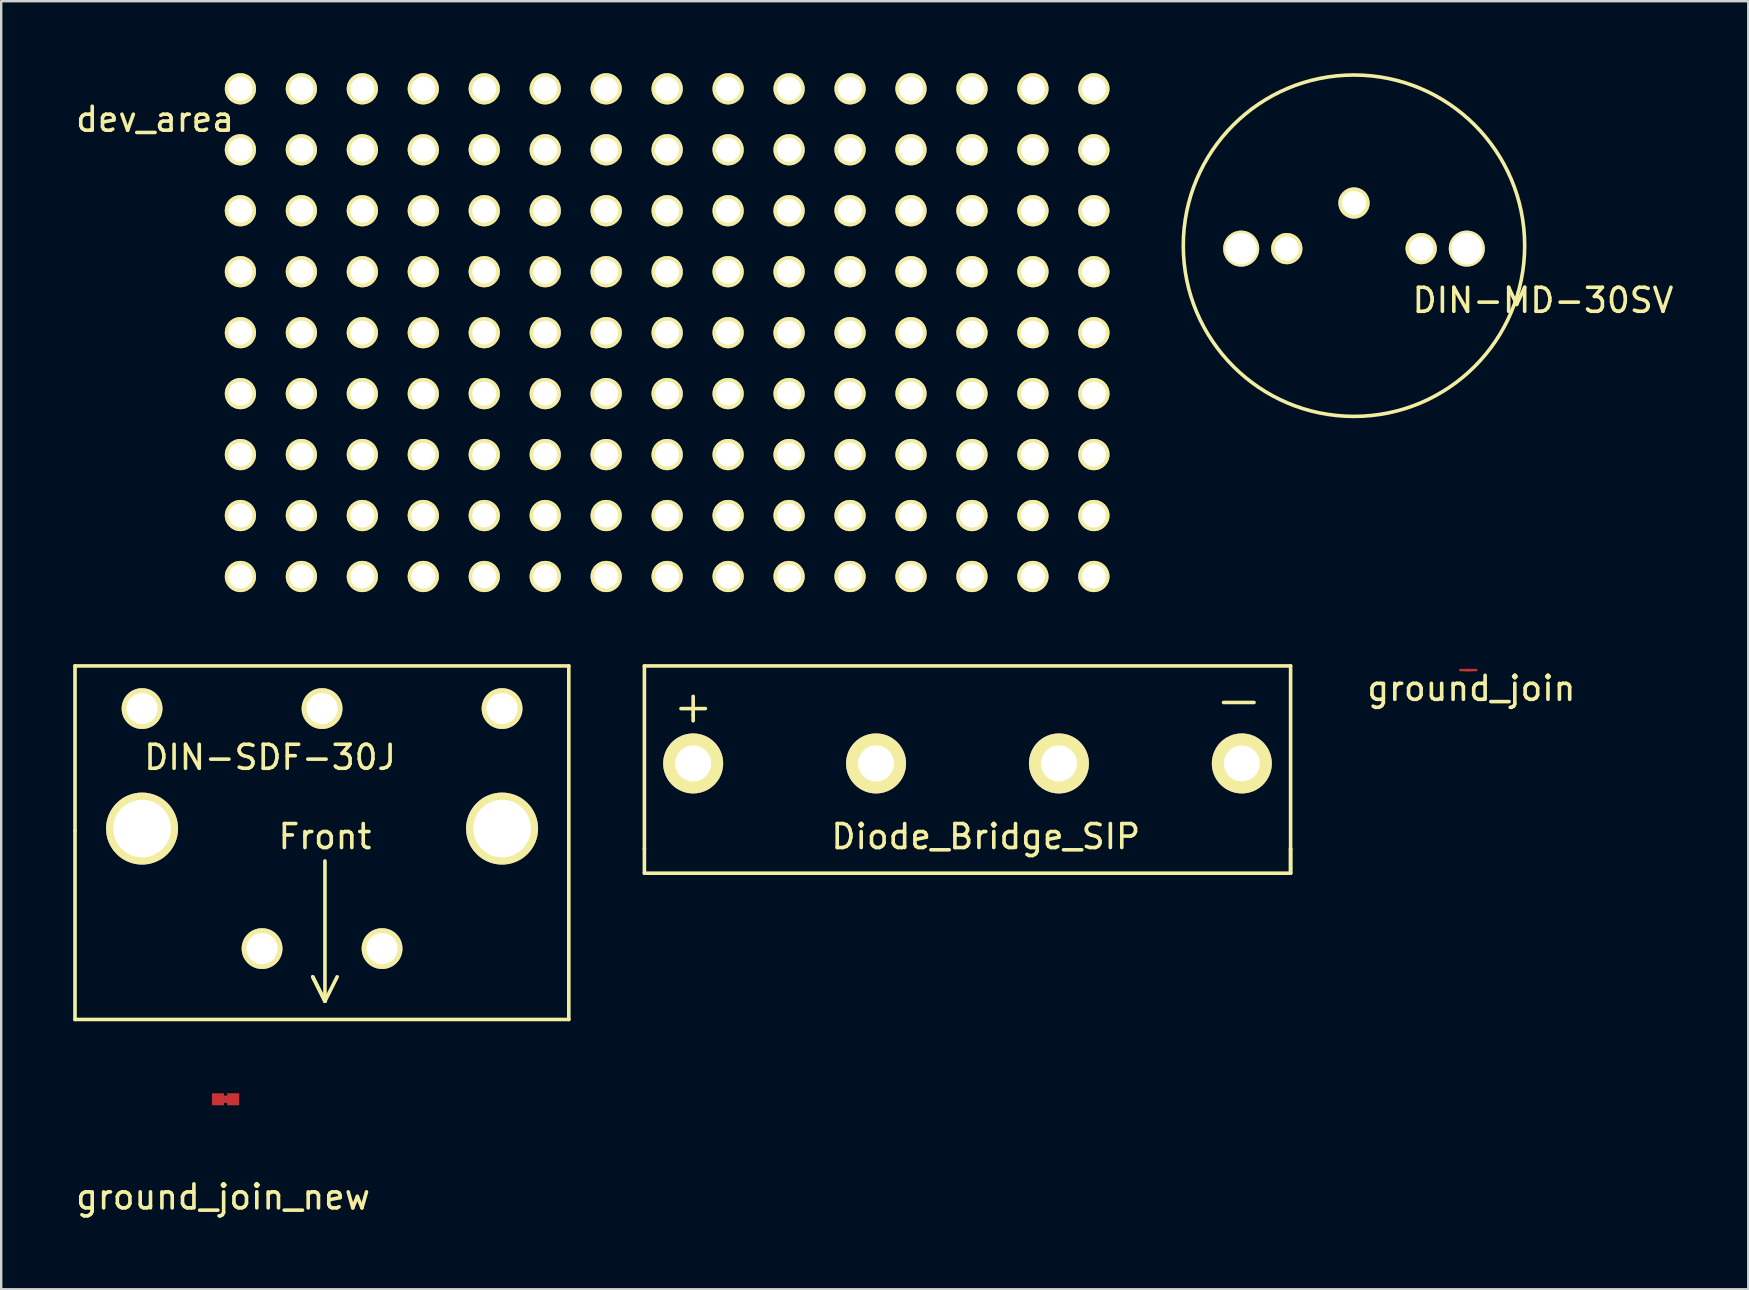
<source format=kicad_pcb>
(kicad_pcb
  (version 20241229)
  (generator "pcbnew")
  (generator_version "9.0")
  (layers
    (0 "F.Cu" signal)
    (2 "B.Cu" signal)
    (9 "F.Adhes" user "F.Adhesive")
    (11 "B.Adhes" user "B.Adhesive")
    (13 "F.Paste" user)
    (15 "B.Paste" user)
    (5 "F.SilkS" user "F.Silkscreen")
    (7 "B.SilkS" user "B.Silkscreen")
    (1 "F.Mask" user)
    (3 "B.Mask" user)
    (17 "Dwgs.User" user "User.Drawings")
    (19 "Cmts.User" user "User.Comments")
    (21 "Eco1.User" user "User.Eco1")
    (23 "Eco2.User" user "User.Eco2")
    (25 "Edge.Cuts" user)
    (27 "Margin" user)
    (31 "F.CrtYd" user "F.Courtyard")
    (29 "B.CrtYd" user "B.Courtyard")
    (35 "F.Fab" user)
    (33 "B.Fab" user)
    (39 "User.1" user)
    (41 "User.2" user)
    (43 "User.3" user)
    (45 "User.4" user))
  (footprint "dev_area"
    (layer "F.Cu")
    (at 6.967 0.65)
    (property "Reference" "dev_area" (at -3.556 1.27 0) (layer "F.SilkS") (effects (font (size 1 1) (thickness 0.15))))
    (attr through_hole)
    (pad "1" thru_hole circle (at 0 0) (size 1.3 1.3) (drill 1) (layers "*.Cu" "*.Mask" "F.SilkS"))
    (pad "2" thru_hole circle (at 2.54 0) (size 1.3 1.3) (drill 1) (layers "*.Cu" "*.Mask" "F.SilkS"))
    (pad "3" thru_hole circle (at 5.08 0) (size 1.3 1.3) (drill 1) (layers "*.Cu" "*.Mask" "F.SilkS"))
    (pad "4" thru_hole circle (at 7.62 0) (size 1.3 1.3) (drill 1) (layers "*.Cu" "*.Mask" "F.SilkS"))
    (pad "5" thru_hole circle (at 10.16 0) (size 1.3 1.3) (drill 1) (layers "*.Cu" "*.Mask" "F.SilkS"))
    (pad "6" thru_hole circle (at 12.7 0) (size 1.3 1.3) (drill 1) (layers "*.Cu" "*.Mask" "F.SilkS"))
    (pad "7" thru_hole circle (at 15.24 0) (size 1.3 1.3) (drill 1) (layers "*.Cu" "*.Mask" "F.SilkS"))
    (pad "8" thru_hole circle (at 17.78 0) (size 1.3 1.3) (drill 1) (layers "*.Cu" "*.Mask" "F.SilkS"))
    (pad "9" thru_hole circle (at 20.32 0) (size 1.3 1.3) (drill 1) (layers "*.Cu" "*.Mask" "F.SilkS"))
    (pad "10" thru_hole circle (at 22.86 0) (size 1.3 1.3) (drill 1) (layers "*.Cu" "*.Mask" "F.SilkS"))
    (pad "11" thru_hole circle (at 25.4 0) (size 1.3 1.3) (drill 1) (layers "*.Cu" "*.Mask" "F.SilkS"))
    (pad "12" thru_hole circle (at 27.94 0) (size 1.3 1.3) (drill 1) (layers "*.Cu" "*.Mask" "F.SilkS"))
    (pad "13" thru_hole circle (at 30.48 0) (size 1.3 1.3) (drill 1) (layers "*.Cu" "*.Mask" "F.SilkS"))
    (pad "14" thru_hole circle (at 33.02 0) (size 1.3 1.3) (drill 1) (layers "*.Cu" "*.Mask" "F.SilkS"))
    (pad "15" thru_hole circle (at 35.56 0) (size 1.3 1.3) (drill 1) (layers "*.Cu" "*.Mask" "F.SilkS"))
    (pad "16" thru_hole circle (at 0 2.54) (size 1.3 1.3) (drill 1) (layers "*.Cu" "*.Mask" "F.SilkS"))
    (pad "17" thru_hole circle (at 2.54 2.54) (size 1.3 1.3) (drill 1) (layers "*.Cu" "*.Mask" "F.SilkS"))
    (pad "18" thru_hole circle (at 5.08 2.54) (size 1.3 1.3) (drill 1) (layers "*.Cu" "*.Mask" "F.SilkS"))
    (pad "19" thru_hole circle (at 7.62 2.54) (size 1.3 1.3) (drill 1) (layers "*.Cu" "*.Mask" "F.SilkS"))
    (pad "20" thru_hole circle (at 10.16 2.54) (size 1.3 1.3) (drill 1) (layers "*.Cu" "*.Mask" "F.SilkS"))
    (pad "21" thru_hole circle (at 12.7 2.54) (size 1.3 1.3) (drill 1) (layers "*.Cu" "*.Mask" "F.SilkS"))
    (pad "22" thru_hole circle (at 15.24 2.54) (size 1.3 1.3) (drill 1) (layers "*.Cu" "*.Mask" "F.SilkS"))
    (pad "23" thru_hole circle (at 17.78 2.54) (size 1.3 1.3) (drill 1) (layers "*.Cu" "*.Mask" "F.SilkS"))
    (pad "24" thru_hole circle (at 20.32 2.54) (size 1.3 1.3) (drill 1) (layers "*.Cu" "*.Mask" "F.SilkS"))
    (pad "25" thru_hole circle (at 22.86 2.54) (size 1.3 1.3) (drill 1) (layers "*.Cu" "*.Mask" "F.SilkS"))
    (pad "26" thru_hole circle (at 25.4 2.54) (size 1.3 1.3) (drill 1) (layers "*.Cu" "*.Mask" "F.SilkS"))
    (pad "27" thru_hole circle (at 27.94 2.54) (size 1.3 1.3) (drill 1) (layers "*.Cu" "*.Mask" "F.SilkS"))
    (pad "28" thru_hole circle (at 30.48 2.54) (size 1.3 1.3) (drill 1) (layers "*.Cu" "*.Mask" "F.SilkS"))
    (pad "29" thru_hole circle (at 33.02 2.54) (size 1.3 1.3) (drill 1) (layers "*.Cu" "*.Mask" "F.SilkS"))
    (pad "30" thru_hole circle (at 35.56 2.54) (size 1.3 1.3) (drill 1) (layers "*.Cu" "*.Mask" "F.SilkS"))
    (pad "31" thru_hole circle (at 0 5.08) (size 1.3 1.3) (drill 1) (layers "*.Cu" "*.Mask" "F.SilkS"))
    (pad "32" thru_hole circle (at 2.54 5.08) (size 1.3 1.3) (drill 1) (layers "*.Cu" "*.Mask" "F.SilkS"))
    (pad "33" thru_hole circle (at 5.08 5.08) (size 1.3 1.3) (drill 1) (layers "*.Cu" "*.Mask" "F.SilkS"))
    (pad "34" thru_hole circle (at 7.62 5.08) (size 1.3 1.3) (drill 1) (layers "*.Cu" "*.Mask" "F.SilkS"))
    (pad "35" thru_hole circle (at 10.16 5.08) (size 1.3 1.3) (drill 1) (layers "*.Cu" "*.Mask" "F.SilkS"))
    (pad "36" thru_hole circle (at 12.7 5.08) (size 1.3 1.3) (drill 1) (layers "*.Cu" "*.Mask" "F.SilkS"))
    (pad "37" thru_hole circle (at 15.24 5.08) (size 1.3 1.3) (drill 1) (layers "*.Cu" "*.Mask" "F.SilkS"))
    (pad "38" thru_hole circle (at 17.78 5.08) (size 1.3 1.3) (drill 1) (layers "*.Cu" "*.Mask" "F.SilkS"))
    (pad "39" thru_hole circle (at 20.32 5.08) (size 1.3 1.3) (drill 1) (layers "*.Cu" "*.Mask" "F.SilkS"))
    (pad "40" thru_hole circle (at 22.86 5.08) (size 1.3 1.3) (drill 1) (layers "*.Cu" "*.Mask" "F.SilkS"))
    (pad "41" thru_hole circle (at 25.4 5.08) (size 1.3 1.3) (drill 1) (layers "*.Cu" "*.Mask" "F.SilkS"))
    (pad "42" thru_hole circle (at 27.94 5.08) (size 1.3 1.3) (drill 1) (layers "*.Cu" "*.Mask" "F.SilkS"))
    (pad "43" thru_hole circle (at 30.48 5.08) (size 1.3 1.3) (drill 1) (layers "*.Cu" "*.Mask" "F.SilkS"))
    (pad "44" thru_hole circle (at 33.02 5.08) (size 1.3 1.3) (drill 1) (layers "*.Cu" "*.Mask" "F.SilkS"))
    (pad "45" thru_hole circle (at 35.56 5.08) (size 1.3 1.3) (drill 1) (layers "*.Cu" "*.Mask" "F.SilkS"))
    (pad "46" thru_hole circle (at 0 7.62) (size 1.3 1.3) (drill 1) (layers "*.Cu" "*.Mask" "F.SilkS"))
    (pad "47" thru_hole circle (at 2.54 7.62) (size 1.3 1.3) (drill 1) (layers "*.Cu" "*.Mask" "F.SilkS"))
    (pad "48" thru_hole circle (at 5.08 7.62) (size 1.3 1.3) (drill 1) (layers "*.Cu" "*.Mask" "F.SilkS"))
    (pad "49" thru_hole circle (at 7.62 7.62) (size 1.3 1.3) (drill 1) (layers "*.Cu" "*.Mask" "F.SilkS"))
    (pad "50" thru_hole circle (at 10.16 7.62) (size 1.3 1.3) (drill 1) (layers "*.Cu" "*.Mask" "F.SilkS"))
    (pad "51" thru_hole circle (at 12.7 7.62) (size 1.3 1.3) (drill 1) (layers "*.Cu" "*.Mask" "F.SilkS"))
    (pad "52" thru_hole circle (at 15.24 7.62) (size 1.3 1.3) (drill 1) (layers "*.Cu" "*.Mask" "F.SilkS"))
    (pad "53" thru_hole circle (at 17.78 7.62) (size 1.3 1.3) (drill 1) (layers "*.Cu" "*.Mask" "F.SilkS"))
    (pad "54" thru_hole circle (at 20.32 7.62) (size 1.3 1.3) (drill 1) (layers "*.Cu" "*.Mask" "F.SilkS"))
    (pad "55" thru_hole circle (at 22.86 7.62) (size 1.3 1.3) (drill 1) (layers "*.Cu" "*.Mask" "F.SilkS"))
    (pad "56" thru_hole circle (at 25.4 7.62) (size 1.3 1.3) (drill 1) (layers "*.Cu" "*.Mask" "F.SilkS"))
    (pad "57" thru_hole circle (at 27.94 7.62) (size 1.3 1.3) (drill 1) (layers "*.Cu" "*.Mask" "F.SilkS"))
    (pad "58" thru_hole circle (at 30.48 7.62) (size 1.3 1.3) (drill 1) (layers "*.Cu" "*.Mask" "F.SilkS"))
    (pad "59" thru_hole circle (at 33.02 7.62) (size 1.3 1.3) (drill 1) (layers "*.Cu" "*.Mask" "F.SilkS"))
    (pad "60" thru_hole circle (at 35.56 7.62) (size 1.3 1.3) (drill 1) (layers "*.Cu" "*.Mask" "F.SilkS"))
    (pad "61" thru_hole circle (at 0 10.16) (size 1.3 1.3) (drill 1) (layers "*.Cu" "*.Mask" "F.SilkS"))
    (pad "62" thru_hole circle (at 2.54 10.16) (size 1.3 1.3) (drill 1) (layers "*.Cu" "*.Mask" "F.SilkS"))
    (pad "63" thru_hole circle (at 5.08 10.16) (size 1.3 1.3) (drill 1) (layers "*.Cu" "*.Mask" "F.SilkS"))
    (pad "64" thru_hole circle (at 7.62 10.16) (size 1.3 1.3) (drill 1) (layers "*.Cu" "*.Mask" "F.SilkS"))
    (pad "65" thru_hole circle (at 10.16 10.16) (size 1.3 1.3) (drill 1) (layers "*.Cu" "*.Mask" "F.SilkS"))
    (pad "66" thru_hole circle (at 12.7 10.16) (size 1.3 1.3) (drill 1) (layers "*.Cu" "*.Mask" "F.SilkS"))
    (pad "67" thru_hole circle (at 15.24 10.16) (size 1.3 1.3) (drill 1) (layers "*.Cu" "*.Mask" "F.SilkS"))
    (pad "68" thru_hole circle (at 17.78 10.16) (size 1.3 1.3) (drill 1) (layers "*.Cu" "*.Mask" "F.SilkS"))
    (pad "69" thru_hole circle (at 20.32 10.16) (size 1.3 1.3) (drill 1) (layers "*.Cu" "*.Mask" "F.SilkS"))
    (pad "70" thru_hole circle (at 22.86 10.16) (size 1.3 1.3) (drill 1) (layers "*.Cu" "*.Mask" "F.SilkS"))
    (pad "71" thru_hole circle (at 25.4 10.16) (size 1.3 1.3) (drill 1) (layers "*.Cu" "*.Mask" "F.SilkS"))
    (pad "72" thru_hole circle (at 27.94 10.16) (size 1.3 1.3) (drill 1) (layers "*.Cu" "*.Mask" "F.SilkS"))
    (pad "73" thru_hole circle (at 30.48 10.16) (size 1.3 1.3) (drill 1) (layers "*.Cu" "*.Mask" "F.SilkS"))
    (pad "74" thru_hole circle (at 33.02 10.16) (size 1.3 1.3) (drill 1) (layers "*.Cu" "*.Mask" "F.SilkS"))
    (pad "75" thru_hole circle (at 35.56 10.16) (size 1.3 1.3) (drill 1) (layers "*.Cu" "*.Mask" "F.SilkS"))
    (pad "76" thru_hole circle (at 0 12.7) (size 1.3 1.3) (drill 1) (layers "*.Cu" "*.Mask" "F.SilkS"))
    (pad "77" thru_hole circle (at 2.54 12.7) (size 1.3 1.3) (drill 1) (layers "*.Cu" "*.Mask" "F.SilkS"))
    (pad "78" thru_hole circle (at 5.08 12.7) (size 1.3 1.3) (drill 1) (layers "*.Cu" "*.Mask" "F.SilkS"))
    (pad "79" thru_hole circle (at 7.62 12.7) (size 1.3 1.3) (drill 1) (layers "*.Cu" "*.Mask" "F.SilkS"))
    (pad "80" thru_hole circle (at 10.16 12.7) (size 1.3 1.3) (drill 1) (layers "*.Cu" "*.Mask" "F.SilkS"))
    (pad "81" thru_hole circle (at 12.7 12.7) (size 1.3 1.3) (drill 1) (layers "*.Cu" "*.Mask" "F.SilkS"))
    (pad "82" thru_hole circle (at 15.24 12.7) (size 1.3 1.3) (drill 1) (layers "*.Cu" "*.Mask" "F.SilkS"))
    (pad "83" thru_hole circle (at 17.78 12.7) (size 1.3 1.3) (drill 1) (layers "*.Cu" "*.Mask" "F.SilkS"))
    (pad "84" thru_hole circle (at 20.32 12.7) (size 1.3 1.3) (drill 1) (layers "*.Cu" "*.Mask" "F.SilkS"))
    (pad "85" thru_hole circle (at 22.86 12.7) (size 1.3 1.3) (drill 1) (layers "*.Cu" "*.Mask" "F.SilkS"))
    (pad "86" thru_hole circle (at 25.4 12.7) (size 1.3 1.3) (drill 1) (layers "*.Cu" "*.Mask" "F.SilkS"))
    (pad "87" thru_hole circle (at 27.94 12.7) (size 1.3 1.3) (drill 1) (layers "*.Cu" "*.Mask" "F.SilkS"))
    (pad "88" thru_hole circle (at 30.48 12.7) (size 1.3 1.3) (drill 1) (layers "*.Cu" "*.Mask" "F.SilkS"))
    (pad "89" thru_hole circle (at 33.02 12.7) (size 1.3 1.3) (drill 1) (layers "*.Cu" "*.Mask" "F.SilkS"))
    (pad "90" thru_hole circle (at 35.56 12.7) (size 1.3 1.3) (drill 1) (layers "*.Cu" "*.Mask" "F.SilkS"))
    (pad "91" thru_hole circle (at 0 15.24) (size 1.3 1.3) (drill 1) (layers "*.Cu" "*.Mask" "F.SilkS"))
    (pad "92" thru_hole circle (at 2.54 15.24) (size 1.3 1.3) (drill 1) (layers "*.Cu" "*.Mask" "F.SilkS"))
    (pad "93" thru_hole circle (at 5.08 15.24) (size 1.3 1.3) (drill 1) (layers "*.Cu" "*.Mask" "F.SilkS"))
    (pad "94" thru_hole circle (at 7.62 15.24) (size 1.3 1.3) (drill 1) (layers "*.Cu" "*.Mask" "F.SilkS"))
    (pad "95" thru_hole circle (at 10.16 15.24) (size 1.3 1.3) (drill 1) (layers "*.Cu" "*.Mask" "F.SilkS"))
    (pad "96" thru_hole circle (at 12.7 15.24) (size 1.3 1.3) (drill 1) (layers "*.Cu" "*.Mask" "F.SilkS"))
    (pad "97" thru_hole circle (at 15.24 15.24) (size 1.3 1.3) (drill 1) (layers "*.Cu" "*.Mask" "F.SilkS"))
    (pad "98" thru_hole circle (at 17.78 15.24) (size 1.3 1.3) (drill 1) (layers "*.Cu" "*.Mask" "F.SilkS"))
    (pad "99" thru_hole circle (at 20.32 15.24) (size 1.3 1.3) (drill 1) (layers "*.Cu" "*.Mask" "F.SilkS"))
    (pad "100" thru_hole circle (at 22.86 15.24) (size 1.3 1.3) (drill 1) (layers "*.Cu" "*.Mask" "F.SilkS"))
    (pad "101" thru_hole circle (at 25.4 15.24) (size 1.3 1.3) (drill 1) (layers "*.Cu" "*.Mask" "F.SilkS"))
    (pad "102" thru_hole circle (at 27.94 15.24) (size 1.3 1.3) (drill 1) (layers "*.Cu" "*.Mask" "F.SilkS"))
    (pad "103" thru_hole circle (at 30.48 15.24) (size 1.3 1.3) (drill 1) (layers "*.Cu" "*.Mask" "F.SilkS"))
    (pad "104" thru_hole circle (at 33.02 15.24) (size 1.3 1.3) (drill 1) (layers "*.Cu" "*.Mask" "F.SilkS"))
    (pad "105" thru_hole circle (at 35.56 15.24) (size 1.3 1.3) (drill 1) (layers "*.Cu" "*.Mask" "F.SilkS"))
    (pad "106" thru_hole circle (at 0 17.78) (size 1.3 1.3) (drill 1) (layers "*.Cu" "*.Mask" "F.SilkS"))
    (pad "107" thru_hole circle (at 2.54 17.78) (size 1.3 1.3) (drill 1) (layers "*.Cu" "*.Mask" "F.SilkS"))
    (pad "108" thru_hole circle (at 5.08 17.78) (size 1.3 1.3) (drill 1) (layers "*.Cu" "*.Mask" "F.SilkS"))
    (pad "109" thru_hole circle (at 7.62 17.78) (size 1.3 1.3) (drill 1) (layers "*.Cu" "*.Mask" "F.SilkS"))
    (pad "110" thru_hole circle (at 10.16 17.78) (size 1.3 1.3) (drill 1) (layers "*.Cu" "*.Mask" "F.SilkS"))
    (pad "111" thru_hole circle (at 12.7 17.78) (size 1.3 1.3) (drill 1) (layers "*.Cu" "*.Mask" "F.SilkS"))
    (pad "112" thru_hole circle (at 15.24 17.78) (size 1.3 1.3) (drill 1) (layers "*.Cu" "*.Mask" "F.SilkS"))
    (pad "113" thru_hole circle (at 17.78 17.78) (size 1.3 1.3) (drill 1) (layers "*.Cu" "*.Mask" "F.SilkS"))
    (pad "114" thru_hole circle (at 20.32 17.78) (size 1.3 1.3) (drill 1) (layers "*.Cu" "*.Mask" "F.SilkS"))
    (pad "115" thru_hole circle (at 22.86 17.78) (size 1.3 1.3) (drill 1) (layers "*.Cu" "*.Mask" "F.SilkS"))
    (pad "116" thru_hole circle (at 25.4 17.78) (size 1.3 1.3) (drill 1) (layers "*.Cu" "*.Mask" "F.SilkS"))
    (pad "117" thru_hole circle (at 27.94 17.78) (size 1.3 1.3) (drill 1) (layers "*.Cu" "*.Mask" "F.SilkS"))
    (pad "118" thru_hole circle (at 30.48 17.78) (size 1.3 1.3) (drill 1) (layers "*.Cu" "*.Mask" "F.SilkS"))
    (pad "119" thru_hole circle (at 33.02 17.78) (size 1.3 1.3) (drill 1) (layers "*.Cu" "*.Mask" "F.SilkS"))
    (pad "120" thru_hole circle (at 35.56 17.78) (size 1.3 1.3) (drill 1) (layers "*.Cu" "*.Mask" "F.SilkS"))
    (pad "121" thru_hole circle (at 0 20.32) (size 1.3 1.3) (drill 1) (layers "*.Cu" "*.Mask" "F.SilkS"))
    (pad "122" thru_hole circle (at 2.54 20.32) (size 1.3 1.3) (drill 1) (layers "*.Cu" "*.Mask" "F.SilkS"))
    (pad "123" thru_hole circle (at 5.08 20.32) (size 1.3 1.3) (drill 1) (layers "*.Cu" "*.Mask" "F.SilkS"))
    (pad "124" thru_hole circle (at 7.62 20.32) (size 1.3 1.3) (drill 1) (layers "*.Cu" "*.Mask" "F.SilkS"))
    (pad "125" thru_hole circle (at 10.16 20.32) (size 1.3 1.3) (drill 1) (layers "*.Cu" "*.Mask" "F.SilkS"))
    (pad "126" thru_hole circle (at 12.7 20.32) (size 1.3 1.3) (drill 1) (layers "*.Cu" "*.Mask" "F.SilkS"))
    (pad "127" thru_hole circle (at 15.24 20.32) (size 1.3 1.3) (drill 1) (layers "*.Cu" "*.Mask" "F.SilkS"))
    (pad "128" thru_hole circle (at 17.78 20.32) (size 1.3 1.3) (drill 1) (layers "*.Cu" "*.Mask" "F.SilkS"))
    (pad "129" thru_hole circle (at 20.32 20.32) (size 1.3 1.3) (drill 1) (layers "*.Cu" "*.Mask" "F.SilkS"))
    (pad "130" thru_hole circle (at 22.86 20.32) (size 1.3 1.3) (drill 1) (layers "*.Cu" "*.Mask" "F.SilkS"))
    (pad "131" thru_hole circle (at 25.4 20.32) (size 1.3 1.3) (drill 1) (layers "*.Cu" "*.Mask" "F.SilkS"))
    (pad "132" thru_hole circle (at 27.94 20.32) (size 1.3 1.3) (drill 1) (layers "*.Cu" "*.Mask" "F.SilkS"))
    (pad "133" thru_hole circle (at 30.48 20.32) (size 1.3 1.3) (drill 1) (layers "*.Cu" "*.Mask" "F.SilkS"))
    (pad "134" thru_hole circle (at 33.02 20.32) (size 1.3 1.3) (drill 1) (layers "*.Cu" "*.Mask" "F.SilkS"))
    (pad "135" thru_hole circle (at 35.56 20.32) (size 1.3 1.3) (drill 1) (layers "*.Cu" "*.Mask" "F.SilkS")))
  (footprint "DIN-MD-30SV"
    (layer "F.Cu")
    (at 53.364 5.409)
    (property "Reference" "DIN-MD-30SV" (at 7.874 4.056 0) (layer "F.SilkS") (effects (font (size 1 1) (thickness 0.15))))
    (attr through_hole)
    (fp_circle (center 0 1.778) (end 7.112 1.778) (stroke (width 0.15) (type solid)) (fill no) (layer "F.SilkS"))
    (pad "" thru_hole circle (at -4.7 1.9) (size 1.5 1.5) (drill 1.3) (layers "*.Cu" "*.Mask" "F.SilkS"))
    (pad "" thru_hole circle (at 4.7 1.9) (size 1.5 1.5) (drill 1.3) (layers "*.Cu" "*.Mask" "F.SilkS"))
    (pad "1" thru_hole circle (at 2.8 1.9) (size 1.3 1.3) (drill 1) (layers "*.Cu" "*.Mask" "F.SilkS"))
    (pad "2" thru_hole circle (at -2.8 1.9) (size 1.3 1.3) (drill 1) (layers "*.Cu" "*.Mask" "F.SilkS"))
    (pad "3" thru_hole circle (at 0 0) (size 1.3 1.3) (drill 1) (layers "*.Cu" "*.Mask" "F.SilkS")))
  (footprint "DIN-SDF-30J"
    (layer "F.Cu")
    (at 2.869 26.473)
    (property "Reference" "DIN-SDF-30J" (at 5.334 2.032 0) (layer "F.SilkS") (effects (font (size 1 1) (thickness 0.15))))
    (attr through_hole)
    (fp_line (start -2.794 -1.778) (end -2.794 5.08) (stroke (width 0.15) (type solid)) (layer "F.SilkS"))
    (fp_line (start -2.794 5.08) (end -2.794 12.954) (stroke (width 0.15) (type solid)) (layer "F.SilkS"))
    (fp_line (start -2.794 12.954) (end 17.78 12.954) (stroke (width 0.15) (type solid)) (layer "F.SilkS"))
    (fp_line (start 7.112 11.176) (end 7.62 12.192) (stroke (width 0.15) (type solid)) (layer "F.SilkS"))
    (fp_line (start 7.62 6.35) (end 7.62 12.192) (stroke (width 0.15) (type solid)) (layer "F.SilkS"))
    (fp_line (start 7.62 12.192) (end 7.112 11.176) (stroke (width 0.15) (type solid)) (layer "F.SilkS"))
    (fp_line (start 7.62 12.192) (end 8.128 11.176) (stroke (width 0.15) (type solid)) (layer "F.SilkS"))
    (fp_line (start 17.78 -1.778) (end -2.794 -1.778) (stroke (width 0.15) (type solid)) (layer "F.SilkS"))
    (fp_line (start 17.78 12.954) (end 17.78 -1.778) (stroke (width 0.15) (type solid)) (layer "F.SilkS"))
    (fp_text user "Front" (at 7.62 5.334 0) (layer "F.SilkS") (effects (font (size 1 1) (thickness 0.15))))
    (pad "" thru_hole circle (at 0 5) (size 3 3) (drill 2.4) (layers "*.Cu" "*.Mask" "F.SilkS"))
    (pad "" thru_hole circle (at 5 10) (size 1.7 1.7) (drill 1.3) (layers "*.Cu" "*.Mask" "F.SilkS"))
    (pad "" thru_hole circle (at 10 10) (size 1.7 1.7) (drill 1.3) (layers "*.Cu" "*.Mask" "F.SilkS"))
    (pad "" thru_hole circle (at 15 5) (size 3 3) (drill 2.4) (layers "*.Cu" "*.Mask" "F.SilkS"))
    (pad "1" thru_hole circle (at 15 0) (size 1.7 1.7) (drill 1.3) (layers "*.Cu" "*.Mask" "F.SilkS"))
    (pad "2" thru_hole circle (at 7.5 0) (size 1.7 1.7) (drill 1.3) (layers "*.Cu" "*.Mask" "F.SilkS"))
    (pad "3" thru_hole circle (at 0 0) (size 1.7 1.7) (drill 1.3) (layers "*.Cu" "*.Mask" "F.SilkS")))
  (footprint "ground_join_new"
    (layer "F.Cu")
    (at 6.285 42.752)
    (property "Reference" "ground_join_new" (at -0.041 4.069 0) (layer "F.SilkS") (effects (font (size 1 1) (thickness 0.15))))
    (attr through_hole)
    (fp_line (start 0.381 0) (end -0.254 0) (stroke (width 0.305) (type solid)) (layer "F.Cu"))
    (pad "1" smd rect (at -0.254 0) (size 0.5 0.5) (layers "F.Cu" "F.Mask" "F.Paste"))
    (pad "2" smd rect (at 0.381 0) (size 0.5 0.5) (layers "F.Cu" "F.Mask" "F.Paste")))
  (footprint "ground_join"
    (layer "F.Cu")
    (at 58.002 24.87)
    (property "Reference" "ground_join" (at 0.254 0.762 0) (layer "F.SilkS") (effects (font (size 1 1) (thickness 0.15))))
    (attr through_hole)
    (pad "1" smd rect (at 0 0) (size 0.5 0.1) (layers "F.Cu" "F.Mask" "F.Paste"))
    (pad "2" smd rect (at 0.25 0) (size 0.5 0.1) (layers "F.Cu" "F.Mask" "F.Paste")))
  (footprint "Diode_Bridge_SIP"
    (layer "F.Cu")
    (at 37.515 32.315)
    (property "Reference" "Diode_Bridge_SIP" (at 0.508 -0.508 0) (layer "F.SilkS") (effects (font (size 1 1) (thickness 0.15))))
    (attr through_hole)
    (fp_line (start -13.716 -7.62) (end -13.716 0) (stroke (width 0.15) (type solid)) (layer "F.SilkS"))
    (fp_line (start -13.716 1.016) (end -13.716 0) (stroke (width 0.15) (type solid)) (layer "F.SilkS"))
    (fp_line (start -12.192 -5.842) (end -11.176 -5.842) (stroke (width 0.15) (type solid)) (layer "F.SilkS"))
    (fp_line (start -11.684 -6.35) (end -11.684 -5.588) (stroke (width 0.15) (type solid)) (layer "F.SilkS"))
    (fp_line (start -11.684 -5.588) (end -11.684 -5.334) (stroke (width 0.15) (type solid)) (layer "F.SilkS"))
    (fp_line (start 10.414 -6.096) (end 11.684 -6.096) (stroke (width 0.15) (type solid)) (layer "F.SilkS"))
    (fp_line (start 13.208 -7.62) (end -13.716 -7.62) (stroke (width 0.15) (type solid)) (layer "F.SilkS"))
    (fp_line (start 13.208 0) (end 13.208 -7.62) (stroke (width 0.15) (type solid)) (layer "F.SilkS"))
    (fp_line (start 13.208 0) (end 13.208 1.016) (stroke (width 0.15) (type solid)) (layer "F.SilkS"))
    (fp_line (start 13.208 1.016) (end -13.716 1.016) (stroke (width 0.15) (type solid)) (layer "F.SilkS"))
    (fp_line (start 13.208 1.016) (end 13.208 0) (stroke (width 0.15) (type solid)) (layer "F.SilkS"))
    (pad "1" thru_hole circle (at 11.176 -3.556) (size 2.5 2.5) (drill 1.5) (layers "*.Cu" "*.Mask" "F.SilkS"))
    (pad "2" thru_hole circle (at -4.064 -3.556) (size 2.5 2.5) (drill 1.5) (layers "*.Cu" "*.Mask" "F.SilkS"))
    (pad "3" thru_hole circle (at -11.684 -3.556) (size 2.5 2.5) (drill 1.5) (layers "*.Cu" "*.Mask" "F.SilkS"))
    (pad "4" thru_hole circle (at 3.556 -3.556) (size 2.5 2.5) (drill 1.5) (layers "*.Cu" "*.Mask" "F.SilkS")))
  (gr_rect
    (start -3 -3)
    (end 69.791 50.669)
    (stroke (width 0.1) (type default))
    (fill no)
    (layer "Edge.Cuts")))
</source>
